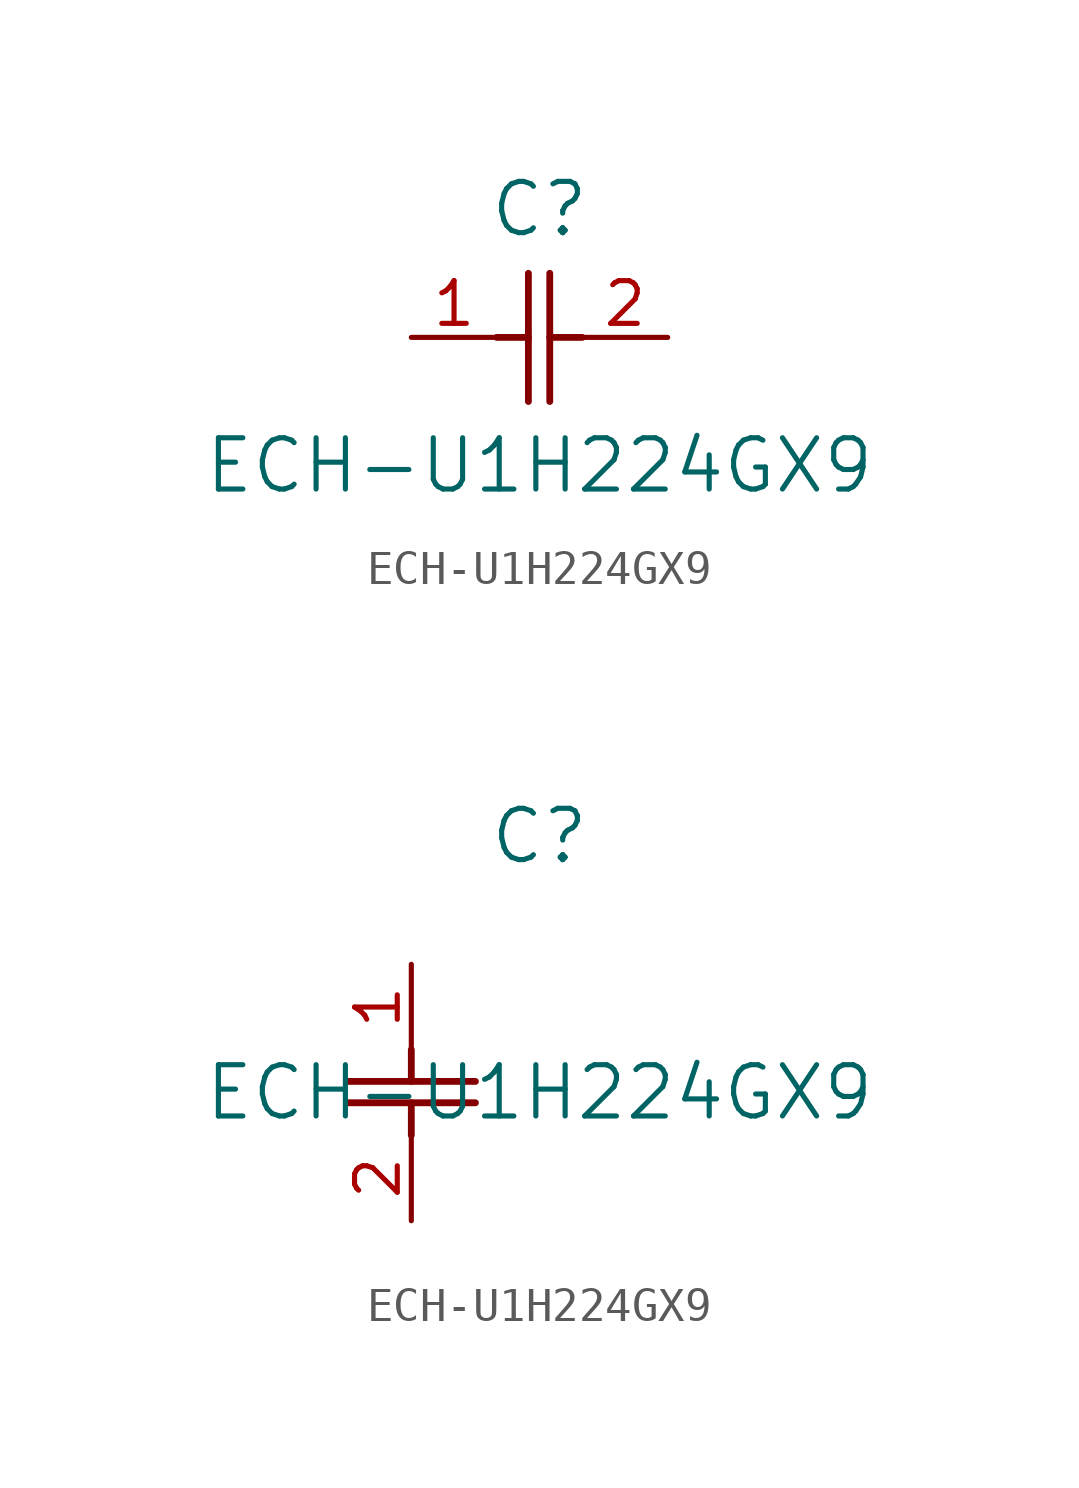
<source format=kicad_sym>
(kicad_symbol_lib
  (version 20211014)
  (generator kicad_symbol_editor)
  (symbol "ECH-U1H224GX9"
    (pin_names
      (offset 0.254))
    (property "Reference" "C"
      (at 3.81 3.81 0)
      (effects (font (size 1.524 1.524))))
    (property "Value" "ECH-U1H224GX9"
      (at 3.81 -3.81 0)
      (effects (font (size 1.524 1.524))))
    (symbol "ECH-U1H224GX9_1_1"
      (polyline (pts (xy 3.48 -1.905) (xy 3.48 1.905)) (stroke (width 0.203) (type default) (color 0 0 0 0)) (fill (type none)))
      (polyline (pts (xy 4.115 -1.905) (xy 4.115 1.905)) (stroke (width 0.203) (type default) (color 0 0 0 0)) (fill (type none)))
      (polyline (pts (xy 4.115 0) (xy 5.08 0)) (stroke (width 0.203) (type default) (color 0 0 0 0)) (fill (type none)))
      (polyline (pts (xy 2.54 0) (xy 3.48 0)) (stroke (width 0.203) (type default) (color 0 0 0 0)) (fill (type none)))
      (pin unspecified line (at 0 0 0) (length 2.54) (name "" (effects (font (size 1.27 1.27)))) (number "1" (effects (font (size 1.27 1.27)))))
      (pin unspecified line (at 7.62 0 180) (length 2.54) (name "" (effects (font (size 1.27 1.27)))) (number "2" (effects (font (size 1.27 1.27))))))
    (symbol "ECH-U1H224GX9_1_2"
      (polyline (pts (xy -1.905 -3.48) (xy 1.905 -3.48)) (stroke (width 0.203) (type default) (color 0 0 0 0)) (fill (type none)))
      (polyline (pts (xy -1.905 -4.115) (xy 1.905 -4.115)) (stroke (width 0.203) (type default) (color 0 0 0 0)) (fill (type none)))
      (polyline (pts (xy 0 -4.115) (xy 0 -5.08)) (stroke (width 0.203) (type default) (color 0 0 0 0)) (fill (type none)))
      (polyline (pts (xy 0 -2.54) (xy 0 -3.48)) (stroke (width 0.203) (type default) (color 0 0 0 0)) (fill (type none)))
      (pin unspecified line (at 0 0 270) (length 2.54) (name "" (effects (font (size 1.27 1.27)))) (number "1" (effects (font (size 1.27 1.27)))))
      (pin unspecified line (at 0 -7.62 90) (length 2.54) (name "" (effects (font (size 1.27 1.27)))) (number "2" (effects (font (size 1.27 1.27))))))))
</source>
